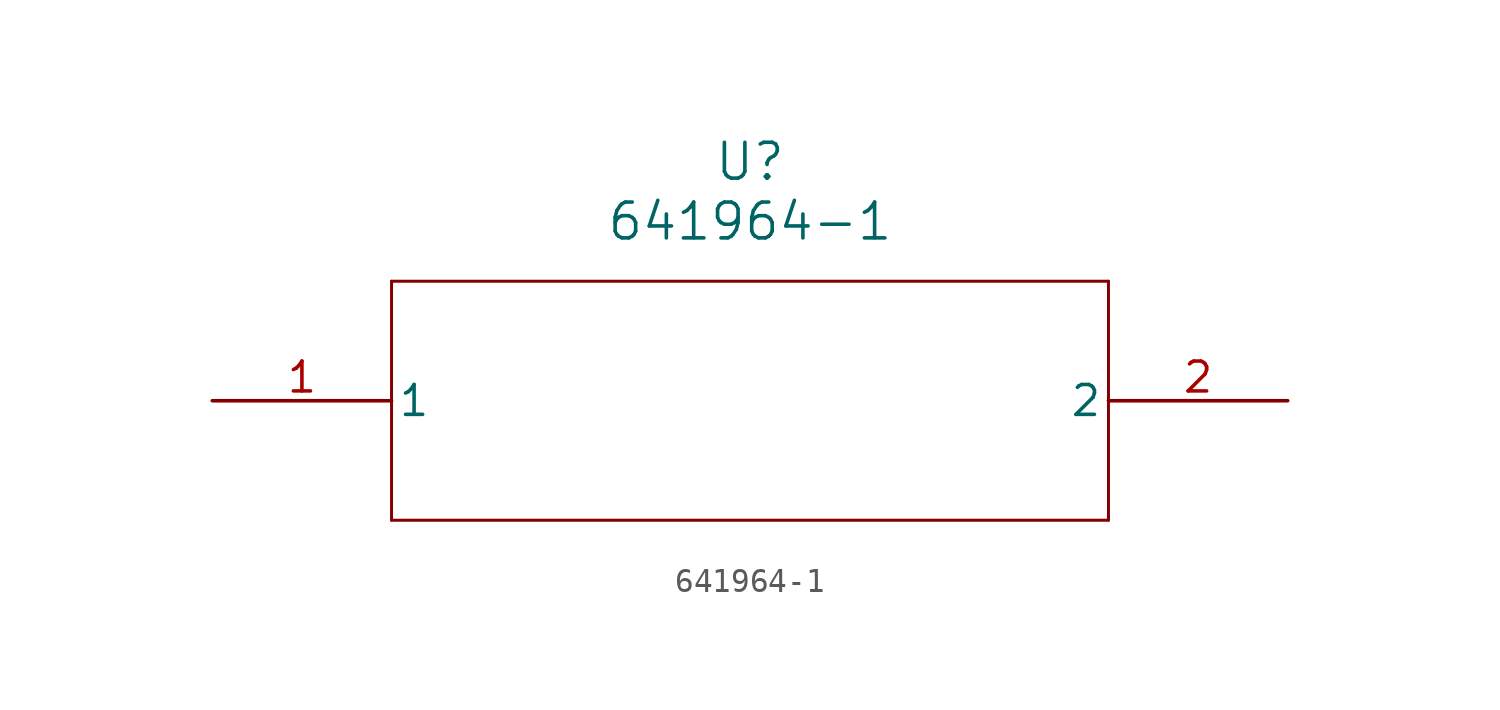
<source format=kicad_sym>
(kicad_symbol_lib
  (version 20211014)
  (generator kicad_symbol_editor)
  (symbol "641964-1"
    (pin_names
      (offset 0.254))
    (property "Reference" "U"
      (at 22.86 10.16 0)
      (effects (font (size 1.524 1.524))))
    (property "Value" "641964-1"
      (at 22.86 7.62 0)
      (effects (font (size 1.524 1.524))))
    (symbol "641964-1_0_1"
      (polyline (pts (xy 7.62 5.08) (xy 7.62 -5.08)) (stroke (width 0.127) (type default) (color 0 0 0 0)) (fill (type none)))
      (polyline (pts (xy 7.62 -5.08) (xy 38.1 -5.08)) (stroke (width 0.127) (type default) (color 0 0 0 0)) (fill (type none)))
      (polyline (pts (xy 38.1 -5.08) (xy 38.1 5.08)) (stroke (width 0.127) (type default) (color 0 0 0 0)) (fill (type none)))
      (polyline (pts (xy 38.1 5.08) (xy 7.62 5.08)) (stroke (width 0.127) (type default) (color 0 0 0 0)) (fill (type none)))
      (pin unspecified line (at 0 0 0) (length 7.62) (name "1" (effects (font (size 1.27 1.27)))) (number "1" (effects (font (size 1.27 1.27)))))
      (pin unspecified line (at 45.72 0 180) (length 7.62) (name "2" (effects (font (size 1.27 1.27)))) (number "2" (effects (font (size 1.27 1.27))))))))
</source>
